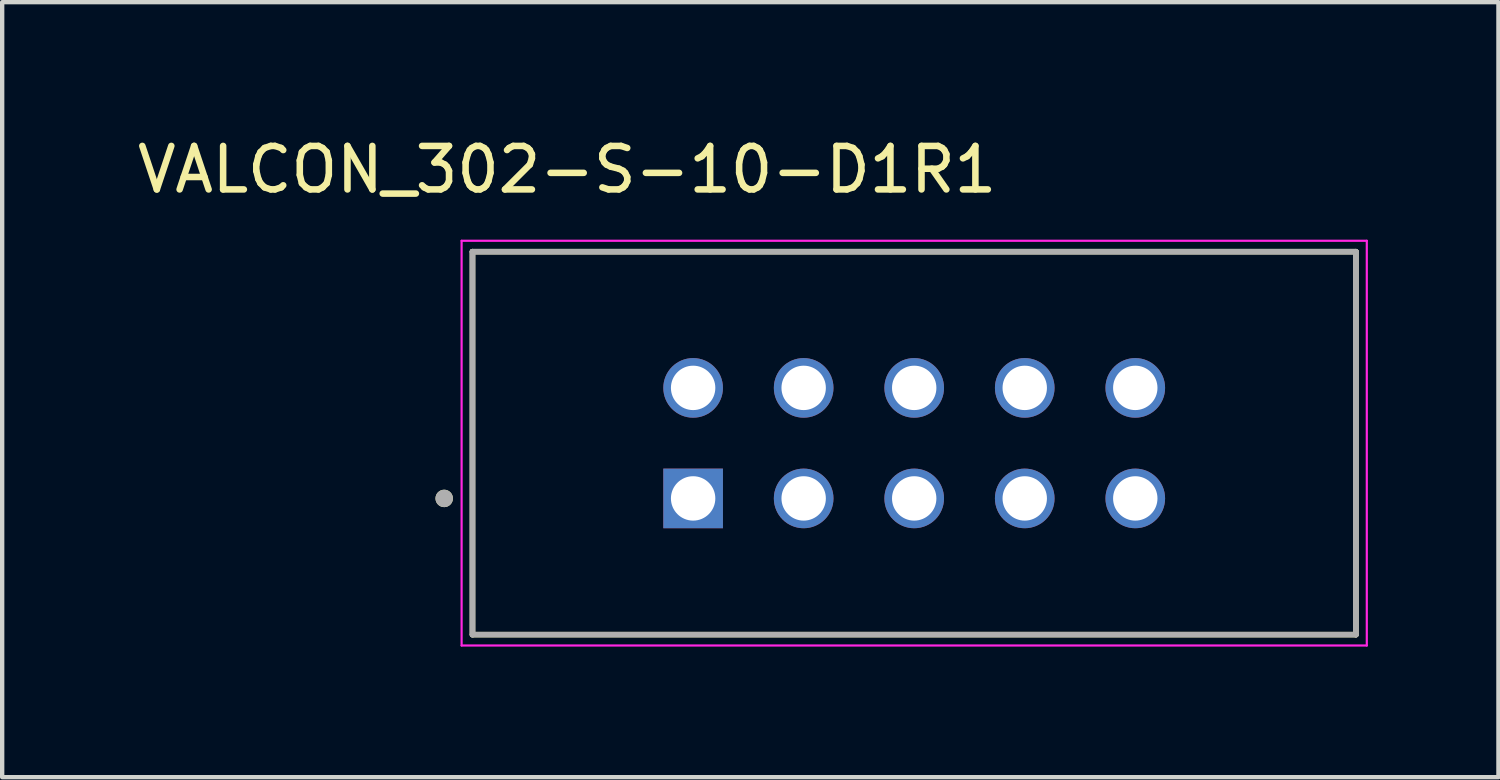
<source format=kicad_pcb>
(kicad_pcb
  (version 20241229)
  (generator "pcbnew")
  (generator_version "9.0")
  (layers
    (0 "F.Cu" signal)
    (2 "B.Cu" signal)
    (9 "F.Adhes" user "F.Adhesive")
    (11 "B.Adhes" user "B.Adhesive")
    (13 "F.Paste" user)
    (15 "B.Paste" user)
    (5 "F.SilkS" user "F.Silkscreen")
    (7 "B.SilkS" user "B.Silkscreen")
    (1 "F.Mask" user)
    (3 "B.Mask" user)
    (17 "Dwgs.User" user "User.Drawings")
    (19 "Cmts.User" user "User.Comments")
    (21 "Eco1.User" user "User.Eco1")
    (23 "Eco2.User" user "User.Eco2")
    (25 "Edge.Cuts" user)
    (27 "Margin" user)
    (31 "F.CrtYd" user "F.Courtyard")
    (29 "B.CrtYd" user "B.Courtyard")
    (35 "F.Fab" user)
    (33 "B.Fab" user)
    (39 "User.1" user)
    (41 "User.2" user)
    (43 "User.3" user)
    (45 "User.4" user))
  (footprint "VALCON_302-S-10-D1R1"
    (layer "F.Cu")
    (at 17.957 7.133)
    (property "Reference" "VALCON_302-S-10-D1R1" (at -7.975 -6.285 0) (layer "F.SilkS") (effects (font (size 1 1) (thickness 0.15))))
    (attr through_hole)
    (fp_line (start -10.15 4.4) (end -10.15 -4.4) (stroke (width 0.127) (type solid)) (layer "F.SilkS"))
    (fp_line (start 10.15 -4.4) (end -10.15 -4.4) (stroke (width 0.127) (type solid)) (layer "F.SilkS"))
    (fp_line (start 10.15 -4.4) (end 10.15 4.4) (stroke (width 0.127) (type solid)) (layer "F.SilkS"))
    (fp_line (start 10.15 4.4) (end -10.15 4.4) (stroke (width 0.127) (type solid)) (layer "F.SilkS"))
    (fp_circle (center -10.8 1.27) (end -10.7 1.27) (stroke (width 0.2) (type solid)) (fill no) (layer "F.SilkS"))
    (fp_line (start -10.4 -4.65) (end 10.4 -4.65) (stroke (width 0.05) (type solid)) (layer "F.CrtYd"))
    (fp_line (start -10.4 4.65) (end -10.4 -4.65) (stroke (width 0.05) (type solid)) (layer "F.CrtYd"))
    (fp_line (start 10.4 -4.65) (end 10.4 4.65) (stroke (width 0.05) (type solid)) (layer "F.CrtYd"))
    (fp_line (start 10.4 4.65) (end -10.4 4.65) (stroke (width 0.05) (type solid)) (layer "F.CrtYd"))
    (fp_line (start -10.15 -4.4) (end 10.15 -4.4) (stroke (width 0.127) (type solid)) (layer "F.Fab"))
    (fp_line (start -10.15 -4.4) (end 10.15 -4.4) (stroke (width 0.127) (type solid)) (layer "F.Fab"))
    (fp_line (start -10.15 4.4) (end -10.15 -4.4) (stroke (width 0.127) (type solid)) (layer "F.Fab"))
    (fp_line (start -10.15 4.4) (end -10.15 -4.4) (stroke (width 0.127) (type solid)) (layer "F.Fab"))
    (fp_line (start 10.15 -4.4) (end 10.15 4.4) (stroke (width 0.127) (type solid)) (layer "F.Fab"))
    (fp_line (start 10.15 -4.4) (end 10.15 4.4) (stroke (width 0.127) (type solid)) (layer "F.Fab"))
    (fp_line (start 10.15 4.4) (end -10.15 4.4) (stroke (width 0.127) (type solid)) (layer "F.Fab"))
    (fp_circle (center -10.8 1.27) (end -10.7 1.27) (stroke (width 0.2) (type solid)) (fill no) (layer "F.Fab"))
    (pad "1" thru_hole rect (at -5.08 1.27) (size 1.37 1.37) (drill 1.02) (layers "*.Cu" "*.Mask"))
    (pad "2" thru_hole circle (at -5.08 -1.27) (size 1.37 1.37) (drill 1.02) (layers "*.Cu" "*.Mask"))
    (pad "3" thru_hole circle (at -2.54 1.27) (size 1.37 1.37) (drill 1.02) (layers "*.Cu" "*.Mask"))
    (pad "4" thru_hole circle (at -2.54 -1.27) (size 1.37 1.37) (drill 1.02) (layers "*.Cu" "*.Mask"))
    (pad "5" thru_hole circle (at 0 1.27) (size 1.37 1.37) (drill 1.02) (layers "*.Cu" "*.Mask"))
    (pad "6" thru_hole circle (at 0 -1.27) (size 1.37 1.37) (drill 1.02) (layers "*.Cu" "*.Mask"))
    (pad "7" thru_hole circle (at 2.54 1.27) (size 1.37 1.37) (drill 1.02) (layers "*.Cu" "*.Mask"))
    (pad "8" thru_hole circle (at 2.54 -1.27) (size 1.37 1.37) (drill 1.02) (layers "*.Cu" "*.Mask"))
    (pad "9" thru_hole circle (at 5.08 1.27) (size 1.37 1.37) (drill 1.02) (layers "*.Cu" "*.Mask"))
    (pad "10" thru_hole circle (at 5.08 -1.27) (size 1.37 1.37) (drill 1.02) (layers "*.Cu" "*.Mask")))
  (gr_rect
    (start -3 -3)
    (end 31.382 14.808)
    (stroke (width 0.1) (type default))
    (fill no)
    (layer "Edge.Cuts")))
</source>
